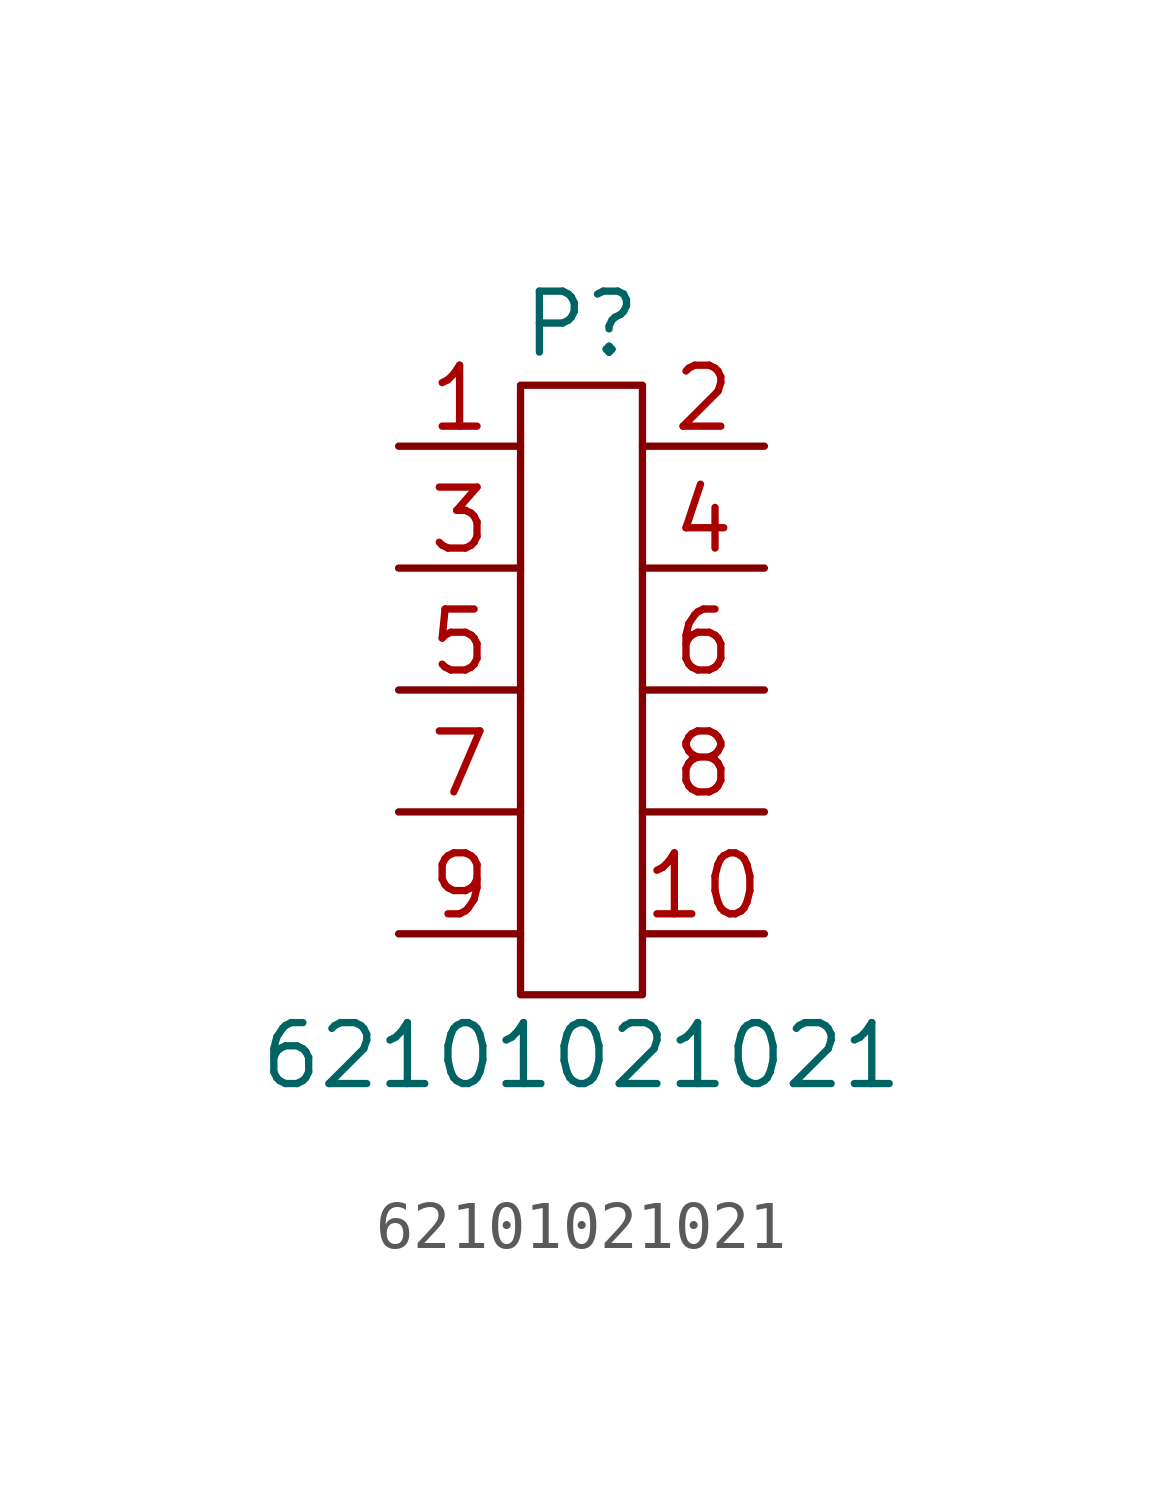
<source format=kicad_sym>
(kicad_symbol_lib
  (version 20211014)
  (generator kicad_symbol_editor)
  (symbol "62101021021"
    (pin_names
      (offset 1.016))
    (property "Reference" "P"
      (at 0 7.62 0)
      (effects (font (size 1.27 1.27))))
    (property "Value" "62101021021"
      (at 0 -7.62 0)
      (effects (font (size 1.27 1.27))))
    (symbol "62101021021_0_1"
      (rectangle (start -1.27 6.35) (end 1.27 -6.35) (stroke (width 0) (type default) (color 0 0 0 0)) (fill (type none))))
    (symbol "62101021021_1_1"
      (pin unspecified line (at -3.81 5.08 0) (length 2.54) (name "~" (effects (font (size 1.27 1.27)))) (number "1" (effects (font (size 1.27 1.27)))))
      (pin unspecified line (at 3.81 -5.08 180) (length 2.54) (name "~" (effects (font (size 1.27 1.27)))) (number "10" (effects (font (size 1.27 1.27)))))
      (pin unspecified line (at 3.81 5.08 180) (length 2.54) (name "~" (effects (font (size 1.27 1.27)))) (number "2" (effects (font (size 1.27 1.27)))))
      (pin unspecified line (at -3.81 2.54 0) (length 2.54) (name "~" (effects (font (size 1.27 1.27)))) (number "3" (effects (font (size 1.27 1.27)))))
      (pin unspecified line (at 3.81 2.54 180) (length 2.54) (name "~" (effects (font (size 1.27 1.27)))) (number "4" (effects (font (size 1.27 1.27)))))
      (pin unspecified line (at -3.81 0 0) (length 2.54) (name "~" (effects (font (size 1.27 1.27)))) (number "5" (effects (font (size 1.27 1.27)))))
      (pin unspecified line (at 3.81 0 180) (length 2.54) (name "~" (effects (font (size 1.27 1.27)))) (number "6" (effects (font (size 1.27 1.27)))))
      (pin unspecified line (at -3.81 -2.54 0) (length 2.54) (name "~" (effects (font (size 1.27 1.27)))) (number "7" (effects (font (size 1.27 1.27)))))
      (pin unspecified line (at 3.81 -2.54 180) (length 2.54) (name "~" (effects (font (size 1.27 1.27)))) (number "8" (effects (font (size 1.27 1.27)))))
      (pin unspecified line (at -3.81 -5.08 0) (length 2.54) (name "~" (effects (font (size 1.27 1.27)))) (number "9" (effects (font (size 1.27 1.27))))))))
</source>
